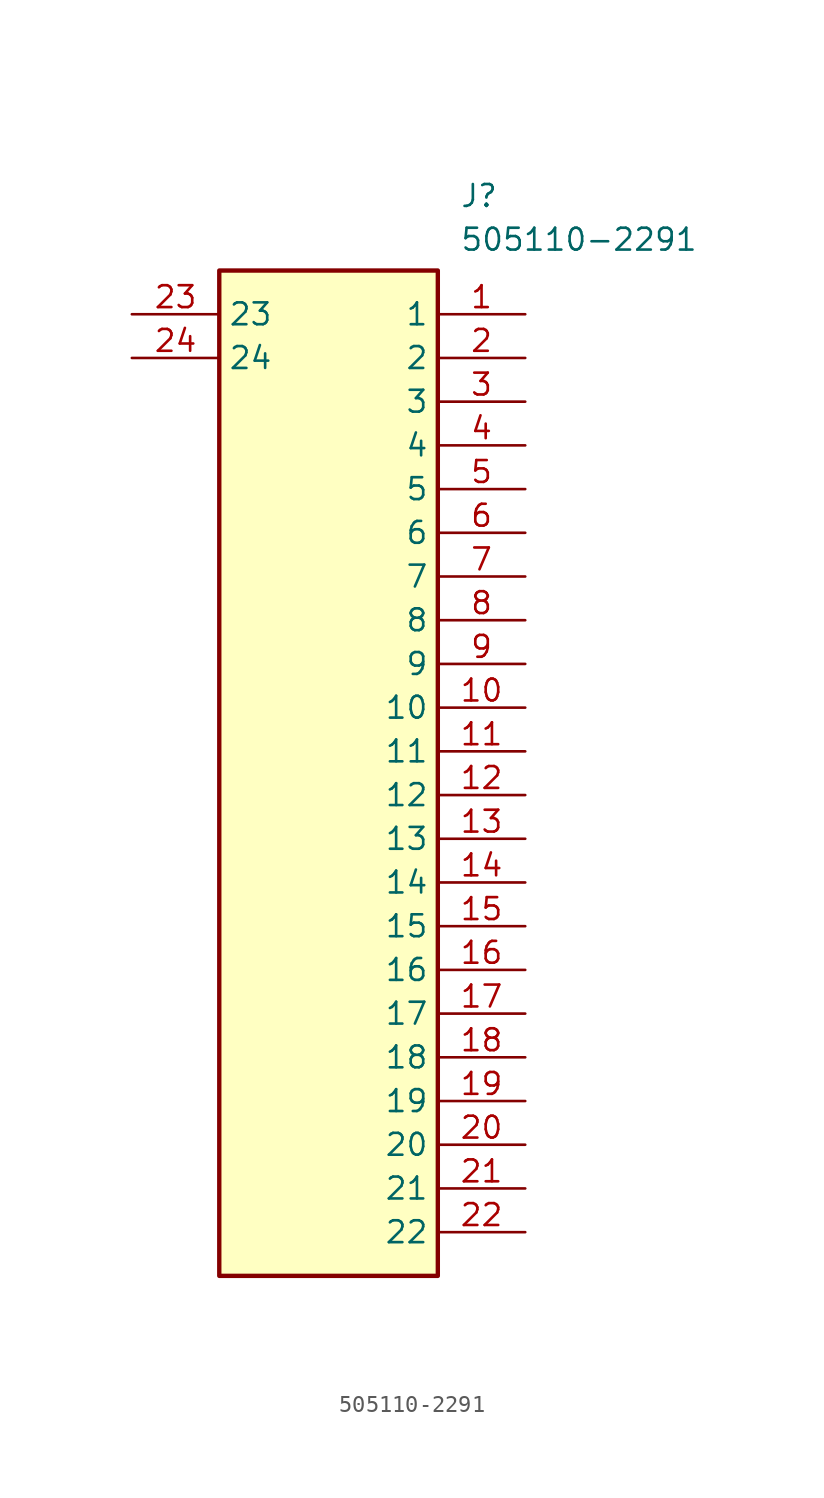
<source format=kicad_sym>
(kicad_symbol_lib
  (version 20211014)
  (generator SamacSys_ECAD_Model)
  (symbol "505110-2291"
    (property "Reference" "J"
      (at 19.05 7.62 0)
      (effects (font (size 1.27 1.27)) (justify left top)))
    (property "Value" "505110-2291"
      (at 19.05 5.08 0)
      (effects (font (size 1.27 1.27)) (justify left top)))
    (rectangle
      (start 5.08 2.54)
      (end 17.78 -55.88)
      (stroke (width 0.254) (type default))
      (fill (type background)))
    (pin passive line
      (at 22.86 0 180)
      (length 5.08)
      (name "1" (effects (font (size 1.27 1.27))))
      (number "1" (effects (font (size 1.27 1.27)))))
    (pin passive line
      (at 22.86 -2.54 180)
      (length 5.08)
      (name "2" (effects (font (size 1.27 1.27))))
      (number "2" (effects (font (size 1.27 1.27)))))
    (pin passive line
      (at 22.86 -5.08 180)
      (length 5.08)
      (name "3" (effects (font (size 1.27 1.27))))
      (number "3" (effects (font (size 1.27 1.27)))))
    (pin passive line
      (at 22.86 -7.62 180)
      (length 5.08)
      (name "4" (effects (font (size 1.27 1.27))))
      (number "4" (effects (font (size 1.27 1.27)))))
    (pin passive line
      (at 22.86 -10.16 180)
      (length 5.08)
      (name "5" (effects (font (size 1.27 1.27))))
      (number "5" (effects (font (size 1.27 1.27)))))
    (pin passive line
      (at 22.86 -12.7 180)
      (length 5.08)
      (name "6" (effects (font (size 1.27 1.27))))
      (number "6" (effects (font (size 1.27 1.27)))))
    (pin passive line
      (at 22.86 -15.24 180)
      (length 5.08)
      (name "7" (effects (font (size 1.27 1.27))))
      (number "7" (effects (font (size 1.27 1.27)))))
    (pin passive line
      (at 22.86 -17.78 180)
      (length 5.08)
      (name "8" (effects (font (size 1.27 1.27))))
      (number "8" (effects (font (size 1.27 1.27)))))
    (pin passive line
      (at 22.86 -20.32 180)
      (length 5.08)
      (name "9" (effects (font (size 1.27 1.27))))
      (number "9" (effects (font (size 1.27 1.27)))))
    (pin passive line
      (at 22.86 -22.86 180)
      (length 5.08)
      (name "10" (effects (font (size 1.27 1.27))))
      (number "10" (effects (font (size 1.27 1.27)))))
    (pin passive line
      (at 22.86 -25.4 180)
      (length 5.08)
      (name "11" (effects (font (size 1.27 1.27))))
      (number "11" (effects (font (size 1.27 1.27)))))
    (pin passive line
      (at 22.86 -27.94 180)
      (length 5.08)
      (name "12" (effects (font (size 1.27 1.27))))
      (number "12" (effects (font (size 1.27 1.27)))))
    (pin passive line
      (at 22.86 -30.48 180)
      (length 5.08)
      (name "13" (effects (font (size 1.27 1.27))))
      (number "13" (effects (font (size 1.27 1.27)))))
    (pin passive line
      (at 22.86 -33.02 180)
      (length 5.08)
      (name "14" (effects (font (size 1.27 1.27))))
      (number "14" (effects (font (size 1.27 1.27)))))
    (pin passive line
      (at 22.86 -35.56 180)
      (length 5.08)
      (name "15" (effects (font (size 1.27 1.27))))
      (number "15" (effects (font (size 1.27 1.27)))))
    (pin passive line
      (at 22.86 -38.1 180)
      (length 5.08)
      (name "16" (effects (font (size 1.27 1.27))))
      (number "16" (effects (font (size 1.27 1.27)))))
    (pin passive line
      (at 22.86 -40.64 180)
      (length 5.08)
      (name "17" (effects (font (size 1.27 1.27))))
      (number "17" (effects (font (size 1.27 1.27)))))
    (pin passive line
      (at 22.86 -43.18 180)
      (length 5.08)
      (name "18" (effects (font (size 1.27 1.27))))
      (number "18" (effects (font (size 1.27 1.27)))))
    (pin passive line
      (at 22.86 -45.72 180)
      (length 5.08)
      (name "19" (effects (font (size 1.27 1.27))))
      (number "19" (effects (font (size 1.27 1.27)))))
    (pin passive line
      (at 22.86 -48.26 180)
      (length 5.08)
      (name "20" (effects (font (size 1.27 1.27))))
      (number "20" (effects (font (size 1.27 1.27)))))
    (pin passive line
      (at 22.86 -50.8 180)
      (length 5.08)
      (name "21" (effects (font (size 1.27 1.27))))
      (number "21" (effects (font (size 1.27 1.27)))))
    (pin passive line
      (at 22.86 -53.34 180)
      (length 5.08)
      (name "22" (effects (font (size 1.27 1.27))))
      (number "22" (effects (font (size 1.27 1.27)))))
    (pin passive line
      (at 0 0 0)
      (length 5.08)
      (name "23" (effects (font (size 1.27 1.27))))
      (number "23" (effects (font (size 1.27 1.27)))))
    (pin passive line
      (at 0 -2.54 0)
      (length 5.08)
      (name "24" (effects (font (size 1.27 1.27))))
      (number "24" (effects (font (size 1.27 1.27)))))))
</source>
